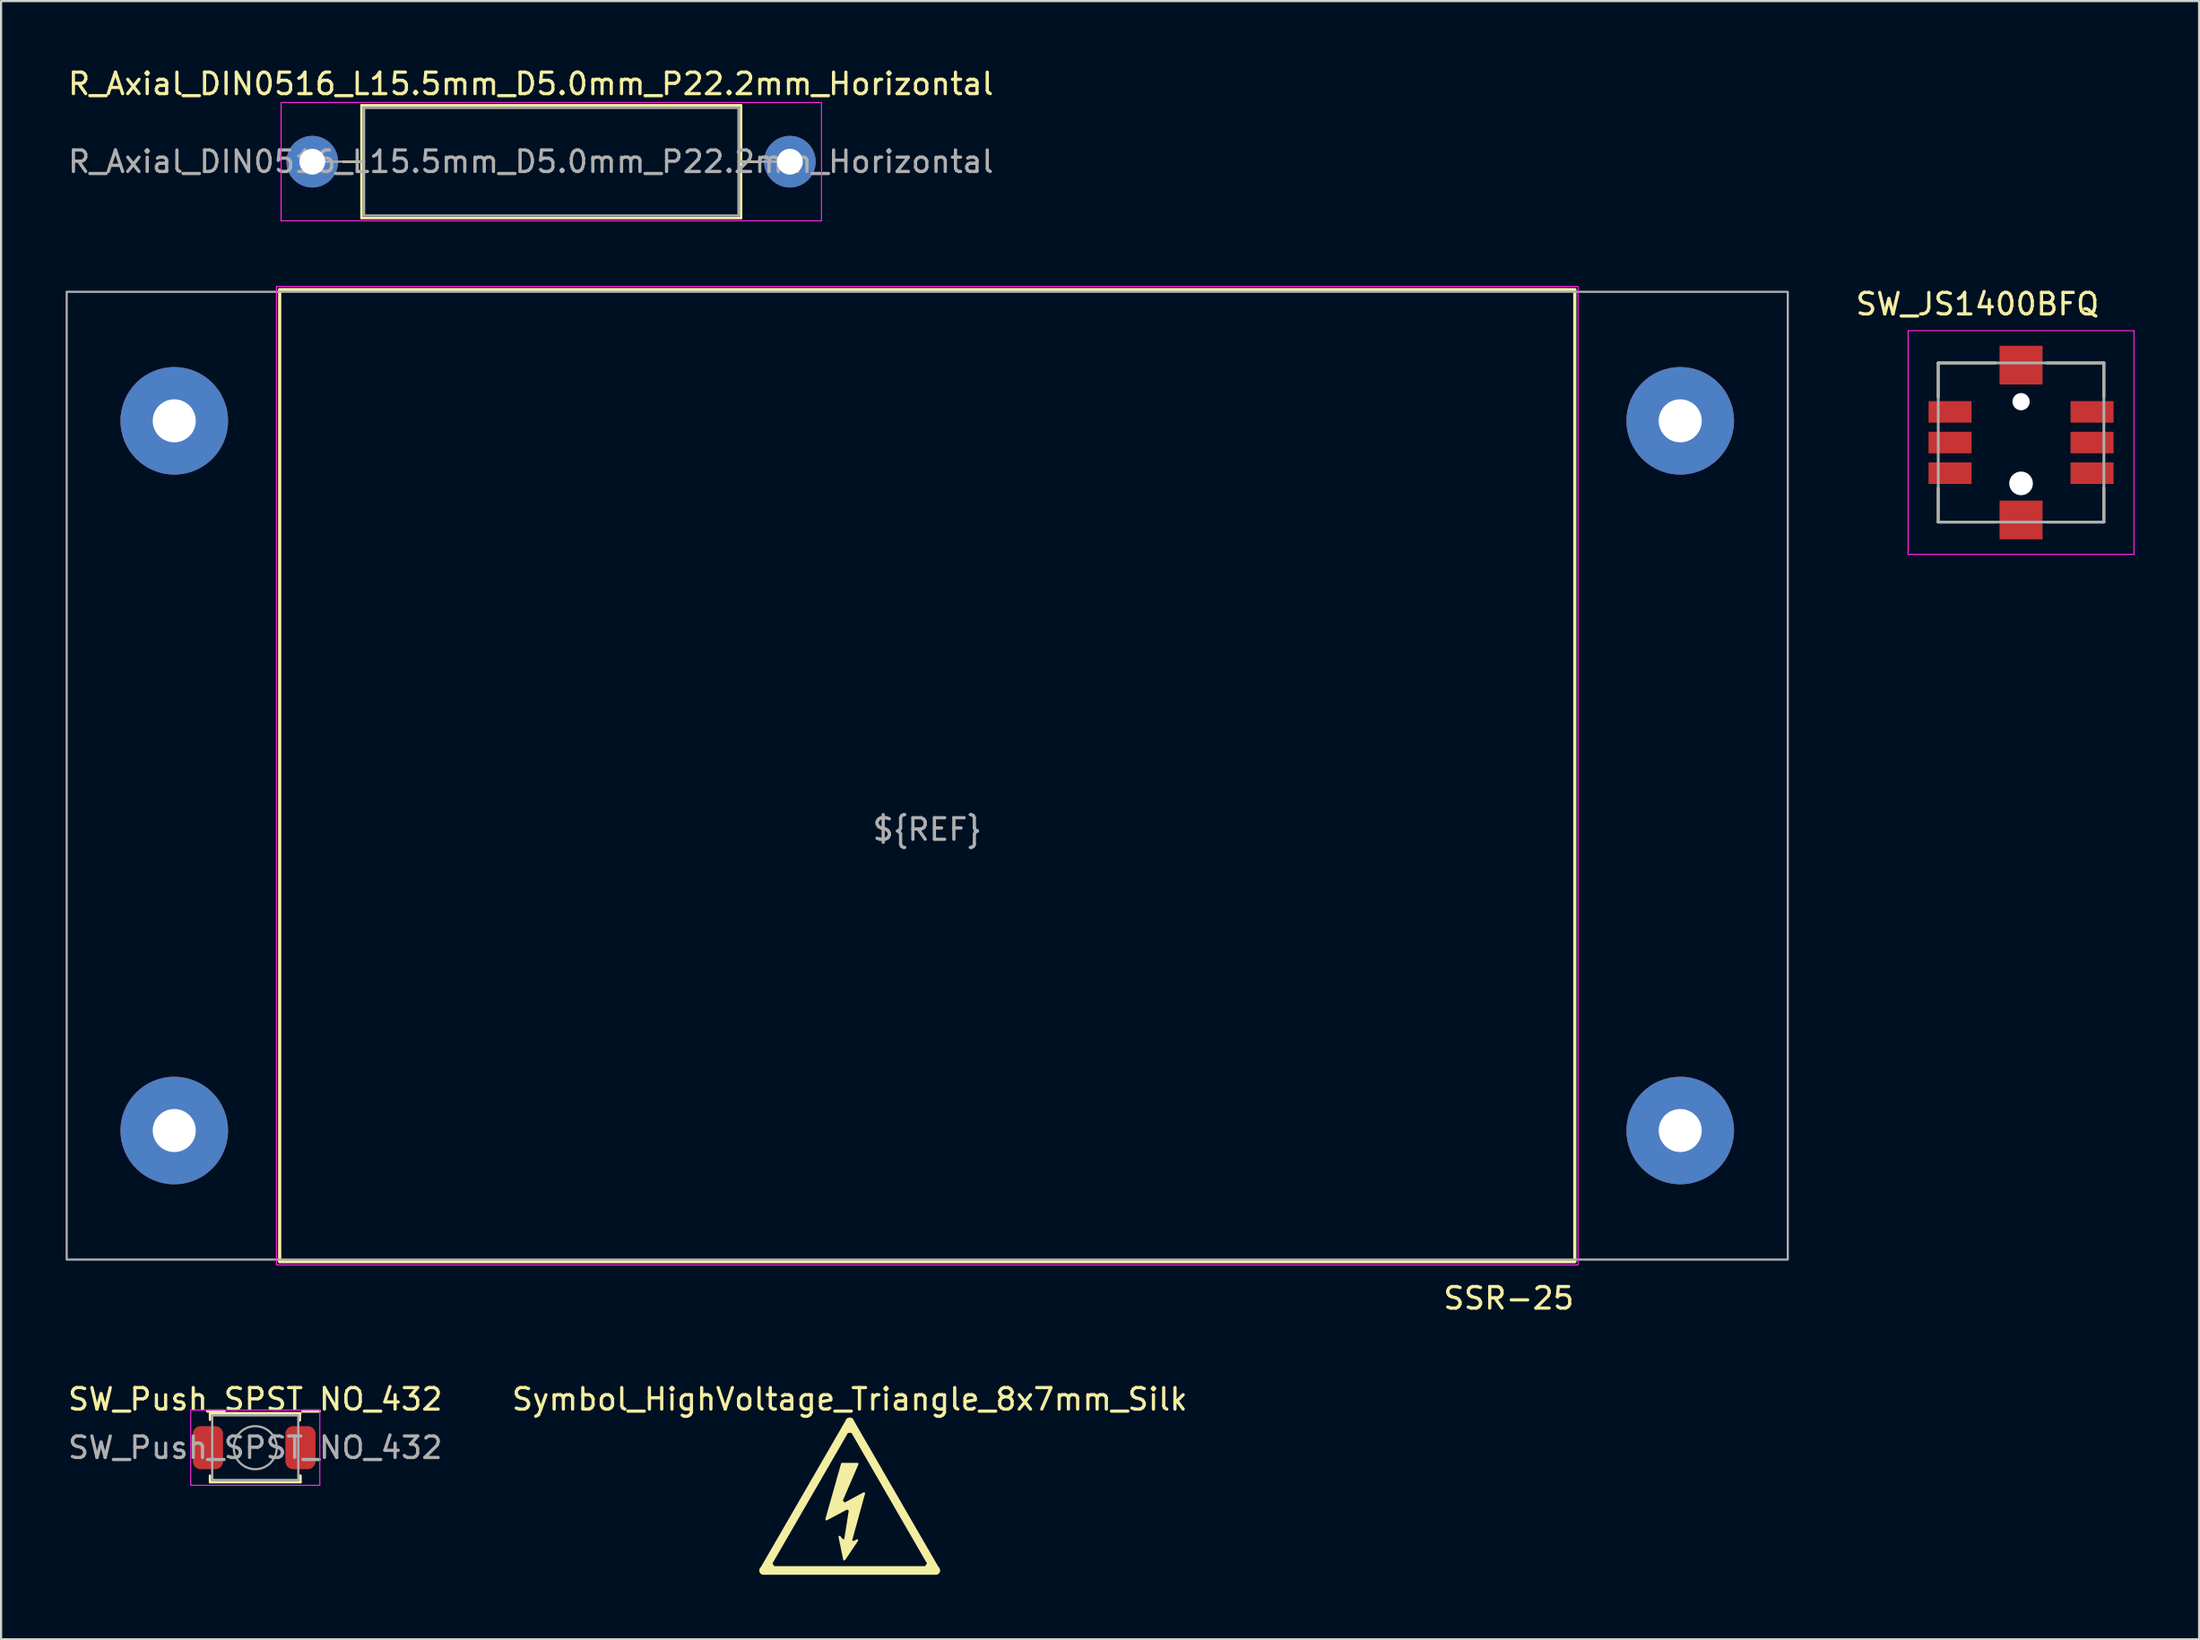
<source format=kicad_pcb>
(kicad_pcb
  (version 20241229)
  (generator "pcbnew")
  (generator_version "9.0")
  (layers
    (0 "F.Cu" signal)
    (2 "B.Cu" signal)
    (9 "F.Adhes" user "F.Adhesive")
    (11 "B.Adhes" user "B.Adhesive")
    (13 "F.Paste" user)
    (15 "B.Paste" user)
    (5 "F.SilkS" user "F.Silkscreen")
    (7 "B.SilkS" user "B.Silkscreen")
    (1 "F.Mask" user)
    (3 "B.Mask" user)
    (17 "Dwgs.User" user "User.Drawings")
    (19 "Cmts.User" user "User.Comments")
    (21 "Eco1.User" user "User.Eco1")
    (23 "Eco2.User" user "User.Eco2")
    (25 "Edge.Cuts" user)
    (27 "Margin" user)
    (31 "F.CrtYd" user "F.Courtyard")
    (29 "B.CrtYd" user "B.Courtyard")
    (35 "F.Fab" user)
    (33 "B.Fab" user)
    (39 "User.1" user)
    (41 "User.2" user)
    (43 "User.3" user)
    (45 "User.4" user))
  (footprint "R_Axial_DIN0516_L15.5mm_D5.0mm_P22.2mm_Horizontal"
    (layer "F.Cu")
    (at 11.465 4.468)
    (property "Reference" "R_Axial_DIN0516_L15.5mm_D5.0mm_P22.2mm_Horizontal" (at 10.16 -3.62 0) (layer "F.SilkS") (effects (font (size 1 1) (thickness 0.15))))
    (attr through_hole)
    (fp_line (start 1.44 0) (end 2.29 0) (stroke (width 0.12) (type solid)) (layer "F.SilkS"))
    (fp_line (start 2.29 -2.62) (end 2.29 2.62) (stroke (width 0.12) (type solid)) (layer "F.SilkS"))
    (fp_line (start 2.29 2.62) (end 19.93 2.62) (stroke (width 0.12) (type solid)) (layer "F.SilkS"))
    (fp_line (start 19.93 -2.62) (end 2.29 -2.62) (stroke (width 0.12) (type solid)) (layer "F.SilkS"))
    (fp_line (start 19.93 2.62) (end 19.93 -2.62) (stroke (width 0.12) (type solid)) (layer "F.SilkS"))
    (fp_line (start 20.78 0) (end 19.93 0) (stroke (width 0.12) (type solid)) (layer "F.SilkS"))
    (fp_line (start -1.45 -2.75) (end -1.45 2.75) (stroke (width 0.05) (type solid)) (layer "F.CrtYd"))
    (fp_line (start -1.45 2.75) (end 23.67 2.75) (stroke (width 0.05) (type solid)) (layer "F.CrtYd"))
    (fp_line (start 23.67 -2.75) (end -1.45 -2.75) (stroke (width 0.05) (type solid)) (layer "F.CrtYd"))
    (fp_line (start 23.67 2.75) (end 23.67 -2.75) (stroke (width 0.05) (type solid)) (layer "F.CrtYd"))
    (fp_line (start 0 0) (end 2.41 0) (stroke (width 0.1) (type solid)) (layer "F.Fab"))
    (fp_line (start 2.41 -2.5) (end 2.41 2.5) (stroke (width 0.1) (type solid)) (layer "F.Fab"))
    (fp_line (start 2.41 2.5) (end 19.81 2.5) (stroke (width 0.1) (type solid)) (layer "F.Fab"))
    (fp_line (start 19.81 -2.5) (end 2.41 -2.5) (stroke (width 0.1) (type solid)) (layer "F.Fab"))
    (fp_line (start 19.81 2.5) (end 19.81 -2.5) (stroke (width 0.1) (type solid)) (layer "F.Fab"))
    (fp_line (start 22.22 0) (end 19.81 0) (stroke (width 0.1) (type solid)) (layer "F.Fab"))
    (fp_text user "${REFERENCE}" (at 10.16 0 0) (layer "F.Fab") (effects (font (size 1 1) (thickness 0.15))))
    (pad "1" thru_hole circle (at 0 0) (size 2.4 2.4) (drill 1.2) (layers "*.Cu" "*.Mask"))
    (pad "2" thru_hole oval (at 22.2 0) (size 2.4 2.4) (drill 1.2) (layers "*.Cu" "*.Mask")))
  (footprint "SSR-25"
    (layer "F.Cu")
    (at 40.05 33.018)
    (property "Reference" "SSR-25" (at 30.15 24.3 0) (unlocked yes) (layer "F.SilkS") (effects (font (size 1 1) (thickness 0.15)) (justify right)))
    (attr through_hole)
    (fp_rect (start -30.1 -22.6) (end 30.1 22.6) (stroke (width 0.15) (type default)) (fill no) (layer "F.SilkS"))
    (fp_rect (start -30.25 -22.75) (end 30.25 22.75) (stroke (width 0.05) (type default)) (fill no) (layer "F.CrtYd"))
    (fp_rect (start -40 -22.5) (end 40 22.5) (stroke (width 0.1) (type default)) (fill no) (layer "F.Fab"))
    (fp_text user "${REF}" (at 0 2.5 0) (unlocked yes) (layer "F.Fab") (effects (font (size 1 1) (thickness 0.15))))
    (pad "1" thru_hole circle (at 35 -16.5) (size 5 5) (drill 2) (layers "*.Cu" "*.Mask"))
    (pad "2" thru_hole circle (at 35 16.5) (size 5 5) (drill 2) (layers "*.Cu" "*.Mask"))
    (pad "3" thru_hole circle (at -35 16.5) (size 5 5) (drill 2) (layers "*.Cu" "*.Mask"))
    (pad "4" thru_hole circle (at -35 -16.5) (size 5 5) (drill 2) (layers "*.Cu" "*.Mask")))
  (footprint "SW_JS1400BFQ"
    (layer "F.Cu")
    (at 90.893 17.527)
    (property "Reference" "SW_JS1400BFQ" (at -2.025 -6.435 0) (layer "F.SilkS") (effects (font (size 1 1) (thickness 0.15))))
    (attr smd)
    (fp_line (start -3.85 -3.7) (end -1.19 -3.7) (stroke (width 0.127) (type solid)) (layer "F.SilkS"))
    (fp_line (start -3.85 -2.11) (end -3.85 -3.7) (stroke (width 0.127) (type solid)) (layer "F.SilkS"))
    (fp_line (start -3.85 3.7) (end -3.85 2.11) (stroke (width 0.127) (type solid)) (layer "F.SilkS"))
    (fp_line (start -1.19 3.7) (end -3.85 3.7) (stroke (width 0.127) (type solid)) (layer "F.SilkS"))
    (fp_line (start 1.2 -3.7) (end 3.85 -3.7) (stroke (width 0.127) (type solid)) (layer "F.SilkS"))
    (fp_line (start 3.85 -3.7) (end 3.85 -2.11) (stroke (width 0.127) (type solid)) (layer "F.SilkS"))
    (fp_line (start 3.85 2.1) (end 3.85 3.7) (stroke (width 0.127) (type solid)) (layer "F.SilkS"))
    (fp_line (start 3.85 3.7) (end 1.19 3.7) (stroke (width 0.127) (type solid)) (layer "F.SilkS"))
    (fp_line (start -5.25 -5.2) (end 5.25 -5.2) (stroke (width 0.05) (type solid)) (layer "F.CrtYd"))
    (fp_line (start -5.25 5.2) (end -5.25 -5.2) (stroke (width 0.05) (type solid)) (layer "F.CrtYd"))
    (fp_line (start 5.25 -5.2) (end 5.25 5.2) (stroke (width 0.05) (type solid)) (layer "F.CrtYd"))
    (fp_line (start 5.25 5.2) (end -5.25 5.2) (stroke (width 0.05) (type solid)) (layer "F.CrtYd"))
    (fp_line (start -3.85 -3.7) (end 3.85 -3.7) (stroke (width 0.127) (type solid)) (layer "F.Fab"))
    (fp_line (start -3.85 3.7) (end -3.85 -3.7) (stroke (width 0.127) (type solid)) (layer "F.Fab"))
    (fp_line (start 3.85 -3.7) (end 3.85 3.7) (stroke (width 0.127) (type solid)) (layer "F.Fab"))
    (fp_line (start 3.85 3.7) (end -3.85 3.7) (stroke (width 0.127) (type solid)) (layer "F.Fab"))
    (pad "" np_thru_hole circle (at 0 -1.9) (size 0.8 0.8) (drill 0.8) (layers "*.Cu" "*.Mask"))
    (pad "" np_thru_hole circle (at 0 1.9) (size 1.1 1.1) (drill 1.1) (layers "*.Cu" "*.Mask"))
    (pad "1" smd rect (at -3.3 -1.425) (size 2 1) (layers "F.Cu" "F.Mask" "F.Paste"))
    (pad "2" smd rect (at -3.3 0) (size 2 1) (layers "F.Cu" "F.Mask" "F.Paste"))
    (pad "3" smd rect (at -3.3 1.425) (size 2 1) (layers "F.Cu" "F.Mask" "F.Paste"))
    (pad "4" smd rect (at 3.3 -1.425) (size 2 1) (layers "F.Cu" "F.Mask" "F.Paste"))
    (pad "5" smd rect (at 3.3 0) (size 2 1) (layers "F.Cu" "F.Mask" "F.Paste"))
    (pad "6" smd rect (at 3.3 1.425) (size 2 1) (layers "F.Cu" "F.Mask" "F.Paste"))
    (pad "SH1" smd rect (at 0 -3.6) (size 2 1.8) (layers "F.Cu" "F.Mask" "F.Paste"))
    (pad "SH2" smd rect (at 0 3.6) (size 2 1.8) (layers "F.Cu" "F.Mask" "F.Paste")))
  (footprint "SW_Push_SPST_NO_432"
    (layer "F.Cu")
    (at 8.815 64.265)
    (property "Reference" "SW_Push_SPST_NO_432" (at 0 -2.25 0) (layer "F.SilkS") (effects (font (size 1 1) (thickness 0.15))))
    (attr smd)
    (fp_line (start -2.1 -1.6) (end 2.1 -1.6) (stroke (width 0.12) (type solid)) (layer "F.SilkS"))
    (fp_line (start -2.1 -1.3) (end -2.1 -1.6) (stroke (width 0.12) (type solid)) (layer "F.SilkS"))
    (fp_line (start -2.1 1.6) (end -2.1 1.3) (stroke (width 0.12) (type solid)) (layer "F.SilkS"))
    (fp_line (start 2.07 -1.57) (end 2.07 -1.27) (stroke (width 0.12) (type solid)) (layer "F.SilkS"))
    (fp_line (start 2.1 1.3) (end 2.1 1.6) (stroke (width 0.12) (type solid)) (layer "F.SilkS"))
    (fp_line (start 2.1 1.6) (end -2.1 1.6) (stroke (width 0.12) (type solid)) (layer "F.SilkS"))
    (fp_line (start -3 -1.75) (end 3 -1.75) (stroke (width 0.05) (type solid)) (layer "F.CrtYd"))
    (fp_line (start -3 1.75) (end -3 -1.75) (stroke (width 0.05) (type solid)) (layer "F.CrtYd"))
    (fp_line (start 3 -1.75) (end 3 1.75) (stroke (width 0.05) (type solid)) (layer "F.CrtYd"))
    (fp_line (start 3 1.75) (end -3 1.75) (stroke (width 0.05) (type solid)) (layer "F.CrtYd"))
    (fp_line (start -2 -1.5) (end 2 -1.5) (stroke (width 0.1) (type solid)) (layer "F.Fab"))
    (fp_line (start -2 1.5) (end -2 -1.5) (stroke (width 0.1) (type solid)) (layer "F.Fab"))
    (fp_line (start 2 -1.5) (end 2 1.5) (stroke (width 0.1) (type solid)) (layer "F.Fab"))
    (fp_line (start 2 1.5) (end -2 1.5) (stroke (width 0.1) (type solid)) (layer "F.Fab"))
    (fp_circle (center 0 0) (end 1 0) (stroke (width 0.1) (type solid)) (fill no) (layer "F.Fab"))
    (fp_text user "${REFERENCE}" (at 0 0 0) (layer "F.Fab") (effects (font (size 1 1) (thickness 0.15))))
    (pad "1" smd roundrect (at -2.2 0) (size 1.4 2) (layers "F.Cu" "F.Mask" "F.Paste") (roundrect_rratio 0.25))
    (pad "2" smd roundrect (at 2.1 0) (size 1.4 2) (layers "F.Cu" "F.Mask" "F.Paste") (roundrect_rratio 0.25)))
  (footprint "Symbol_HighVoltage_Triangle_8x7mm_Silk"
    (layer "F.Cu")
    (at 36.446 66.515)
    (property "Reference" "Symbol_HighVoltage_Triangle_8x7mm_Silk" (at 0 -4.5 0) (layer "F.SilkS") (effects (font (size 1 1) (thickness 0.15))))
    (attr exclude_from_pos_files exclude_from_bom allow_missing_courtyard)
    (fp_line (start -4 3.46) (end -0.000048 -3.46) (stroke (width 0.381) (type solid)) (layer "F.SilkS"))
    (fp_line (start -3.51 3.44) (end -3.776 3.031) (stroke (width 0.2) (type default)) (layer "F.SilkS"))
    (fp_line (start -0.45 0.215) (end -0.24 0.44) (stroke (width 0.2) (type default)) (layer "F.SilkS"))
    (fp_line (start -0.34 2.095) (end 0.17 2.185) (stroke (width 0.2) (type default)) (layer "F.SilkS"))
    (fp_line (start -0.15 -3.04) (end 0.16 -3.04) (stroke (width 0.2) (type default)) (layer "F.SilkS"))
    (fp_line (start -0.133 0.479) (end 0.113 0.681) (stroke (width 0.2) (type default)) (layer "F.SilkS"))
    (fp_line (start 0 -3.46) (end 4 3.46) (stroke (width 0.381) (type solid)) (layer "F.SilkS"))
    (fp_line (start 3.51 3.44) (end 3.776 3.031) (stroke (width 0.2) (type default)) (layer "F.SilkS"))
    (fp_line (start 4 3.46) (end -4 3.46) (stroke (width 0.4) (type solid)) (layer "F.SilkS"))
    (fp_poly (pts (xy -0.5 0.5) (xy 0.664 -0.126) (xy 0.009 2.261) (xy 0.344 2.057) (xy -0.253 2.945) (xy -0.471 1.897) (xy -0.238 2.217) (xy 0.038 0.485) (xy -1.082 1.082) (xy -0.354 -1.494) (xy 0.359 -1.494)) (stroke (width 0.1) (type solid)) (fill yes) (layer "F.SilkS")))
  (gr_rect
    (start -3 -3)
    (end 99.168 73.175)
    (stroke (width 0.1) (type default))
    (fill no)
    (layer "Edge.Cuts")))
</source>
